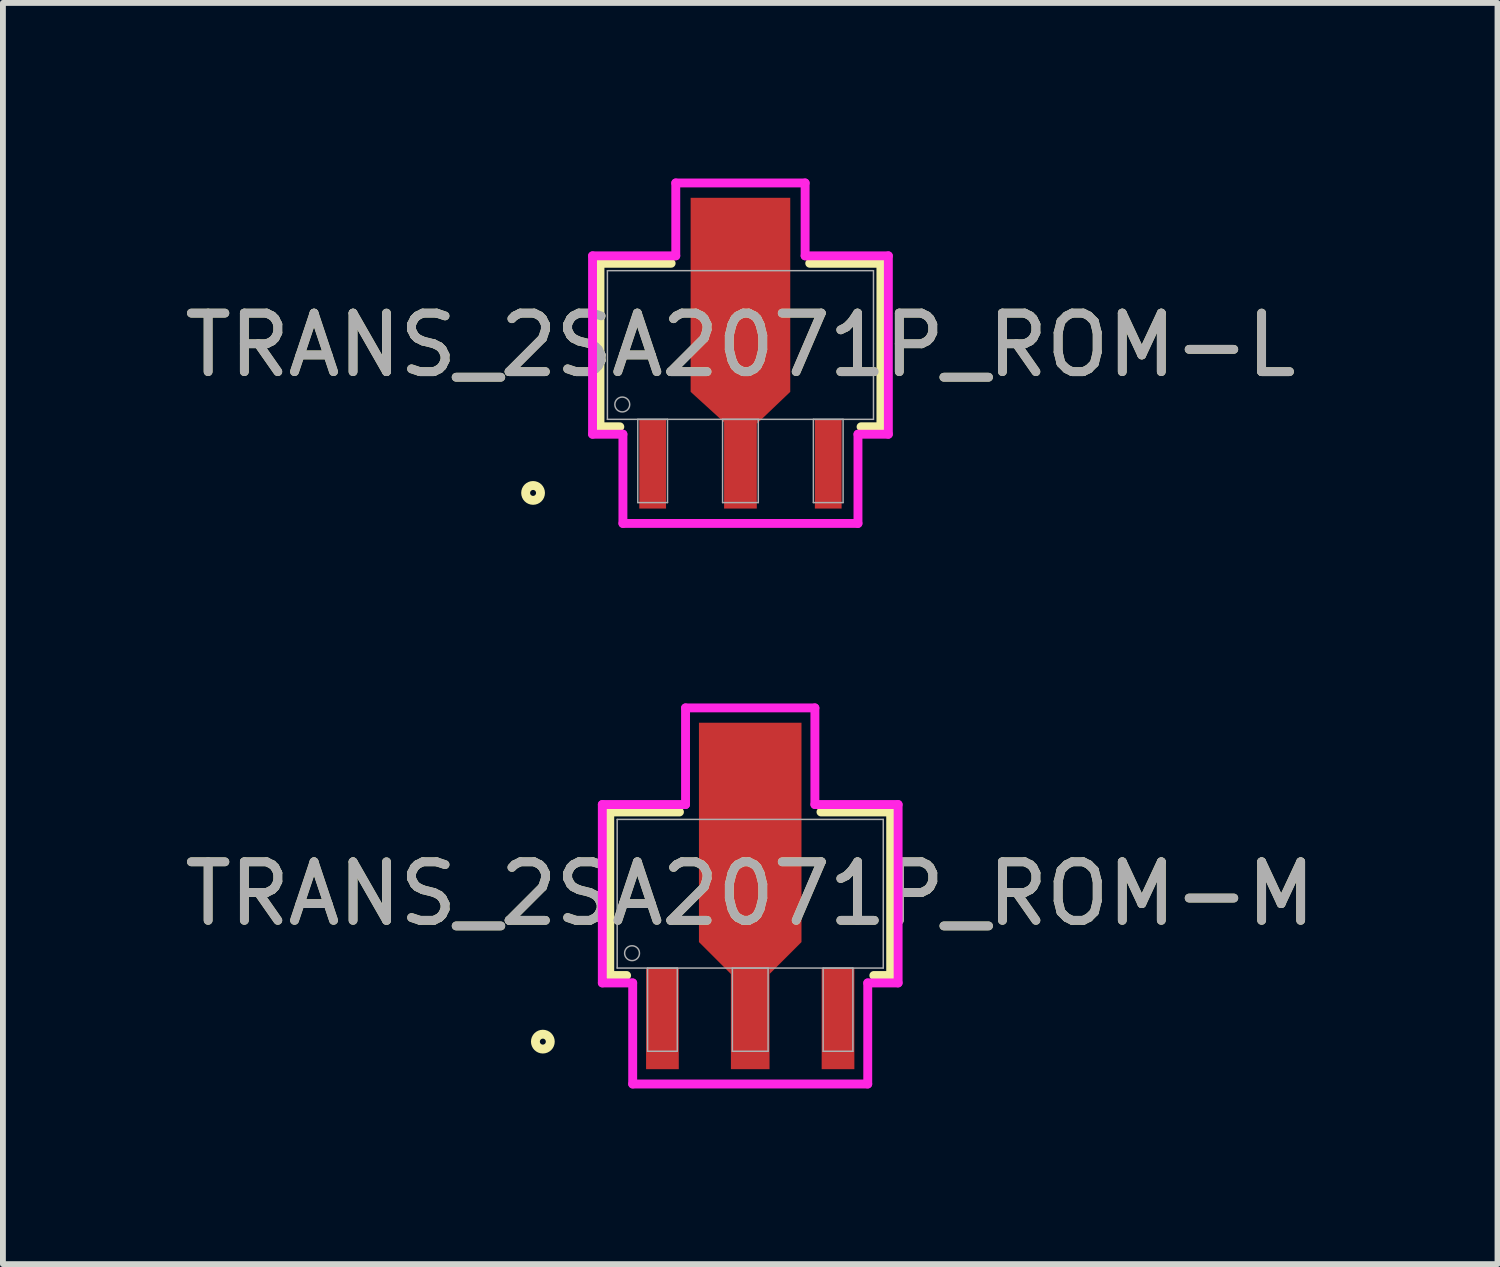
<source format=kicad_pcb>
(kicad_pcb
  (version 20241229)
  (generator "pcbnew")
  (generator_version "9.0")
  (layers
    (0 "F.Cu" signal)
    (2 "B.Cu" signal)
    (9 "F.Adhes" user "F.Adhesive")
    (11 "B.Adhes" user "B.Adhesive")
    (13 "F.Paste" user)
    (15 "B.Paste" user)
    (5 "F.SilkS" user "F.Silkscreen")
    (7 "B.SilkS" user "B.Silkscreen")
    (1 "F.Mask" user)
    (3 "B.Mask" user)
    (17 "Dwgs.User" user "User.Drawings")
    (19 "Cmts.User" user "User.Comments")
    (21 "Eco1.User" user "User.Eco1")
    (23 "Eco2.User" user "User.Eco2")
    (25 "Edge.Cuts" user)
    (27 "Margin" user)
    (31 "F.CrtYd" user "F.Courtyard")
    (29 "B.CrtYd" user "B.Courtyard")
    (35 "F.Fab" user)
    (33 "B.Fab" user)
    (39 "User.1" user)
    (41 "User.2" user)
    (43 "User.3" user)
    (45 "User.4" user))
  (footprint "TRANS_2SA2071P_ROM-M"
    (layer "F.Cu")
    (at 9.768 12.22)
    (property "Reference" "TRANS_2SA2071P_ROM-M" (at 0 0 0) (unlocked yes) (layer "F.SilkS") (effects (font (size 1 1) (thickness 0.15))))
    (attr smd)
    (fp_poly (pts (xy -0.33 1.27) (xy -0.33 1.372) (xy -0.876 0.826) (xy -0.876 -2.921) (xy 0.876 -2.921) (xy 0.876 0.826) (xy 0.33 1.372) (xy 0.33 1.27)) (stroke (width 0) (type solid)) (fill yes) (layer "F.Cu"))
    (fp_poly (pts (xy -0.33 1.295) (xy -0.33 1.372) (xy -0.876 0.826) (xy -0.876 -2.667) (xy 0.876 -2.667) (xy 0.876 0.826) (xy 0.33 1.372) (xy 0.33 1.295)) (stroke (width 0) (type solid)) (fill yes) (layer "F.Mask"))
    (fp_line (start -2.4 -1.397) (end -2.4 1.397) (stroke (width 0.152) (type solid)) (layer "F.SilkS"))
    (fp_line (start -2.4 1.397) (end -2.112 1.397) (stroke (width 0.152) (type solid)) (layer "F.SilkS"))
    (fp_line (start -1.209 -1.397) (end -2.4 -1.397) (stroke (width 0.152) (type solid)) (layer "F.SilkS"))
    (fp_line (start 2.112 1.397) (end 2.4 1.397) (stroke (width 0.152) (type solid)) (layer "F.SilkS"))
    (fp_line (start 2.4 -1.397) (end 1.209 -1.397) (stroke (width 0.152) (type solid)) (layer "F.SilkS"))
    (fp_line (start 2.4 1.397) (end 2.4 -1.397) (stroke (width 0.152) (type solid)) (layer "F.SilkS"))
    (fp_circle (center -3.543 2.527) (end -3.416 2.527) (stroke (width 0.152) (type solid)) (fill no) (layer "F.SilkS"))
    (fp_poly (pts (xy -0.33 1.295) (xy -0.33 1.372) (xy -0.876 0.826) (xy -0.876 -2.667) (xy 0.876 -2.667) (xy 0.876 0.826) (xy 0.33 1.372) (xy 0.33 1.295)) (stroke (width 0) (type solid)) (fill yes) (layer "F.Paste"))
    (fp_line (start -2.527 -1.524) (end -1.105 -1.524) (stroke (width 0.152) (type solid)) (layer "F.CrtYd"))
    (fp_line (start -2.527 1.524) (end -2.527 -1.524) (stroke (width 0.152) (type solid)) (layer "F.CrtYd"))
    (fp_line (start -2.008 1.524) (end -2.527 1.524) (stroke (width 0.152) (type solid)) (layer "F.CrtYd"))
    (fp_line (start -2.008 3.251) (end -2.008 1.524) (stroke (width 0.152) (type solid)) (layer "F.CrtYd"))
    (fp_line (start -1.105 -3.175) (end 1.105 -3.175) (stroke (width 0.152) (type solid)) (layer "F.CrtYd"))
    (fp_line (start -1.105 -1.524) (end -1.105 -3.175) (stroke (width 0.152) (type solid)) (layer "F.CrtYd"))
    (fp_line (start 1.105 -3.175) (end 1.105 -1.524) (stroke (width 0.152) (type solid)) (layer "F.CrtYd"))
    (fp_line (start 1.105 -1.524) (end 2.527 -1.524) (stroke (width 0.152) (type solid)) (layer "F.CrtYd"))
    (fp_line (start 2.008 1.524) (end 2.008 3.251) (stroke (width 0.152) (type solid)) (layer "F.CrtYd"))
    (fp_line (start 2.008 3.251) (end -2.008 3.251) (stroke (width 0.152) (type solid)) (layer "F.CrtYd"))
    (fp_line (start 2.527 -1.524) (end 2.527 1.524) (stroke (width 0.152) (type solid)) (layer "F.CrtYd"))
    (fp_line (start 2.527 1.524) (end 2.008 1.524) (stroke (width 0.152) (type solid)) (layer "F.CrtYd"))
    (fp_line (start -2.273 -1.27) (end -2.273 1.27) (stroke (width 0.025) (type solid)) (layer "F.Fab"))
    (fp_line (start -2.273 1.27) (end 2.273 1.27) (stroke (width 0.025) (type solid)) (layer "F.Fab"))
    (fp_line (start -1.754 1.27) (end -1.754 2.692) (stroke (width 0.025) (type solid)) (layer "F.Fab"))
    (fp_line (start -1.754 2.692) (end -1.246 2.692) (stroke (width 0.025) (type solid)) (layer "F.Fab"))
    (fp_line (start -1.246 1.27) (end -1.754 1.27) (stroke (width 0.025) (type solid)) (layer "F.Fab"))
    (fp_line (start -1.246 2.692) (end -1.246 1.27) (stroke (width 0.025) (type solid)) (layer "F.Fab"))
    (fp_line (start -0.305 1.27) (end -0.305 2.692) (stroke (width 0.025) (type solid)) (layer "F.Fab"))
    (fp_line (start -0.305 2.692) (end 0.305 2.692) (stroke (width 0.025) (type solid)) (layer "F.Fab"))
    (fp_line (start 0.305 1.27) (end -0.305 1.27) (stroke (width 0.025) (type solid)) (layer "F.Fab"))
    (fp_line (start 0.305 2.692) (end 0.305 1.27) (stroke (width 0.025) (type solid)) (layer "F.Fab"))
    (fp_line (start 1.246 1.27) (end 1.246 2.692) (stroke (width 0.025) (type solid)) (layer "F.Fab"))
    (fp_line (start 1.246 2.692) (end 1.754 2.692) (stroke (width 0.025) (type solid)) (layer "F.Fab"))
    (fp_line (start 1.754 1.27) (end 1.246 1.27) (stroke (width 0.025) (type solid)) (layer "F.Fab"))
    (fp_line (start 1.754 2.692) (end 1.754 1.27) (stroke (width 0.025) (type solid)) (layer "F.Fab"))
    (fp_line (start 2.273 -1.27) (end -2.273 -1.27) (stroke (width 0.025) (type solid)) (layer "F.Fab"))
    (fp_line (start 2.273 1.27) (end 2.273 -1.27) (stroke (width 0.025) (type solid)) (layer "F.Fab"))
    (fp_circle (center -2.019 1.016) (end -1.892 1.016) (stroke (width 0.025) (type solid)) (fill no) (layer "F.Fab"))
    (fp_text user "${REFERENCE}" (at 0 0 0) (unlocked yes) (layer "F.Fab") (effects (font (size 1 1) (thickness 0.15))))
    (pad "1" smd rect (at -1.5 2.134) (size 0.559 1.727) (layers "F.Cu" "F.Mask" "F.Paste"))
    (pad "2" smd rect (at 0 2.134) (size 0.66 1.727) (layers "F.Cu" "F.Mask" "F.Paste"))
    (pad "3" smd rect (at 1.5 2.134) (size 0.559 1.727) (layers "F.Cu" "F.Mask" "F.Paste")))
  (footprint "TRANS_2SA2071P_ROM-L"
    (layer "F.Cu")
    (at 9.601 2.845)
    (property "Reference" "TRANS_2SA2071P_ROM-L" (at 0 0 0) (unlocked yes) (layer "F.SilkS") (effects (font (size 1 1) (thickness 0.15))))
    (attr smd)
    (fp_poly (pts (xy -0.279 1.27) (xy -0.279 1.321) (xy -0.851 0.8) (xy -0.851 -2.515) (xy 0.851 -2.515) (xy 0.851 0.8) (xy 0.279 1.346) (xy 0.279 1.27)) (stroke (width 0) (type solid)) (fill yes) (layer "F.Cu"))
    (fp_poly (pts (xy -0.279 1.245) (xy -0.279 1.321) (xy -0.826 0.775) (xy -0.826 -2.464) (xy 0.826 -2.464) (xy 0.826 0.775) (xy 0.279 1.321) (xy 0.279 1.245)) (stroke (width 0) (type solid)) (fill yes) (layer "F.Mask"))
    (fp_line (start -2.4 -1.397) (end -2.4 1.397) (stroke (width 0.152) (type solid)) (layer "F.SilkS"))
    (fp_line (start -2.4 1.397) (end -2.061 1.397) (stroke (width 0.152) (type solid)) (layer "F.SilkS"))
    (fp_line (start -1.184 -1.397) (end -2.4 -1.397) (stroke (width 0.152) (type solid)) (layer "F.SilkS"))
    (fp_line (start 2.061 1.397) (end 2.4 1.397) (stroke (width 0.152) (type solid)) (layer "F.SilkS"))
    (fp_line (start 2.4 -1.397) (end 1.184 -1.397) (stroke (width 0.152) (type solid)) (layer "F.SilkS"))
    (fp_line (start 2.4 1.397) (end 2.4 -1.397) (stroke (width 0.152) (type solid)) (layer "F.SilkS"))
    (fp_circle (center -3.543 2.527) (end -3.416 2.527) (stroke (width 0.152) (type solid)) (fill no) (layer "F.SilkS"))
    (fp_poly (pts (xy -0.279 1.245) (xy -0.279 1.321) (xy -0.826 0.775) (xy -0.826 -2.464) (xy 0.826 -2.464) (xy 0.826 0.775) (xy 0.279 1.321) (xy 0.279 1.245)) (stroke (width 0) (type solid)) (fill yes) (layer "F.Paste"))
    (fp_line (start -2.527 -1.524) (end -1.105 -1.524) (stroke (width 0.152) (type solid)) (layer "F.CrtYd"))
    (fp_line (start -2.527 1.524) (end -2.527 -1.524) (stroke (width 0.152) (type solid)) (layer "F.CrtYd"))
    (fp_line (start -2.008 1.524) (end -2.527 1.524) (stroke (width 0.152) (type solid)) (layer "F.CrtYd"))
    (fp_line (start -2.008 3.048) (end -2.008 1.524) (stroke (width 0.152) (type solid)) (layer "F.CrtYd"))
    (fp_line (start -1.105 -2.769) (end 1.105 -2.769) (stroke (width 0.152) (type solid)) (layer "F.CrtYd"))
    (fp_line (start -1.105 -1.524) (end -1.105 -2.769) (stroke (width 0.152) (type solid)) (layer "F.CrtYd"))
    (fp_line (start 1.105 -2.769) (end 1.105 -1.524) (stroke (width 0.152) (type solid)) (layer "F.CrtYd"))
    (fp_line (start 1.105 -1.524) (end 2.527 -1.524) (stroke (width 0.152) (type solid)) (layer "F.CrtYd"))
    (fp_line (start 2.008 1.524) (end 2.008 3.048) (stroke (width 0.152) (type solid)) (layer "F.CrtYd"))
    (fp_line (start 2.008 3.048) (end -2.008 3.048) (stroke (width 0.152) (type solid)) (layer "F.CrtYd"))
    (fp_line (start 2.527 -1.524) (end 2.527 1.524) (stroke (width 0.152) (type solid)) (layer "F.CrtYd"))
    (fp_line (start 2.527 1.524) (end 2.008 1.524) (stroke (width 0.152) (type solid)) (layer "F.CrtYd"))
    (fp_line (start -2.273 -1.27) (end -2.273 1.27) (stroke (width 0.025) (type solid)) (layer "F.Fab"))
    (fp_line (start -2.273 1.27) (end 2.273 1.27) (stroke (width 0.025) (type solid)) (layer "F.Fab"))
    (fp_line (start -1.754 1.27) (end -1.754 2.692) (stroke (width 0.025) (type solid)) (layer "F.Fab"))
    (fp_line (start -1.754 2.692) (end -1.246 2.692) (stroke (width 0.025) (type solid)) (layer "F.Fab"))
    (fp_line (start -1.246 1.27) (end -1.754 1.27) (stroke (width 0.025) (type solid)) (layer "F.Fab"))
    (fp_line (start -1.246 2.692) (end -1.246 1.27) (stroke (width 0.025) (type solid)) (layer "F.Fab"))
    (fp_line (start -0.305 1.27) (end -0.305 2.692) (stroke (width 0.025) (type solid)) (layer "F.Fab"))
    (fp_line (start -0.305 2.692) (end 0.305 2.692) (stroke (width 0.025) (type solid)) (layer "F.Fab"))
    (fp_line (start 0.305 1.27) (end -0.305 1.27) (stroke (width 0.025) (type solid)) (layer "F.Fab"))
    (fp_line (start 0.305 2.692) (end 0.305 1.27) (stroke (width 0.025) (type solid)) (layer "F.Fab"))
    (fp_line (start 1.246 1.27) (end 1.246 2.692) (stroke (width 0.025) (type solid)) (layer "F.Fab"))
    (fp_line (start 1.246 2.692) (end 1.754 2.692) (stroke (width 0.025) (type solid)) (layer "F.Fab"))
    (fp_line (start 1.754 1.27) (end 1.246 1.27) (stroke (width 0.025) (type solid)) (layer "F.Fab"))
    (fp_line (start 1.754 2.692) (end 1.754 1.27) (stroke (width 0.025) (type solid)) (layer "F.Fab"))
    (fp_line (start 2.273 -1.27) (end -2.273 -1.27) (stroke (width 0.025) (type solid)) (layer "F.Fab"))
    (fp_line (start 2.273 1.27) (end 2.273 -1.27) (stroke (width 0.025) (type solid)) (layer "F.Fab"))
    (fp_circle (center -2.019 1.016) (end -1.892 1.016) (stroke (width 0.025) (type solid)) (fill no) (layer "F.Fab"))
    (fp_text user "${REFERENCE}" (at 0 0 0) (unlocked yes) (layer "F.Fab") (effects (font (size 1 1) (thickness 0.15))))
    (pad "1" smd rect (at -1.5 2.032) (size 0.457 1.524) (layers "F.Cu" "F.Mask" "F.Paste"))
    (pad "2" smd rect (at 0 2.032) (size 0.559 1.524) (layers "F.Cu" "F.Mask" "F.Paste"))
    (pad "3" smd rect (at 1.5 2.032) (size 0.457 1.524) (layers "F.Cu" "F.Mask" "F.Paste")))
  (gr_rect
    (start -3 -3)
    (end 22.536 18.548)
    (stroke (width 0.1) (type default))
    (fill no)
    (layer "Edge.Cuts")))
</source>
